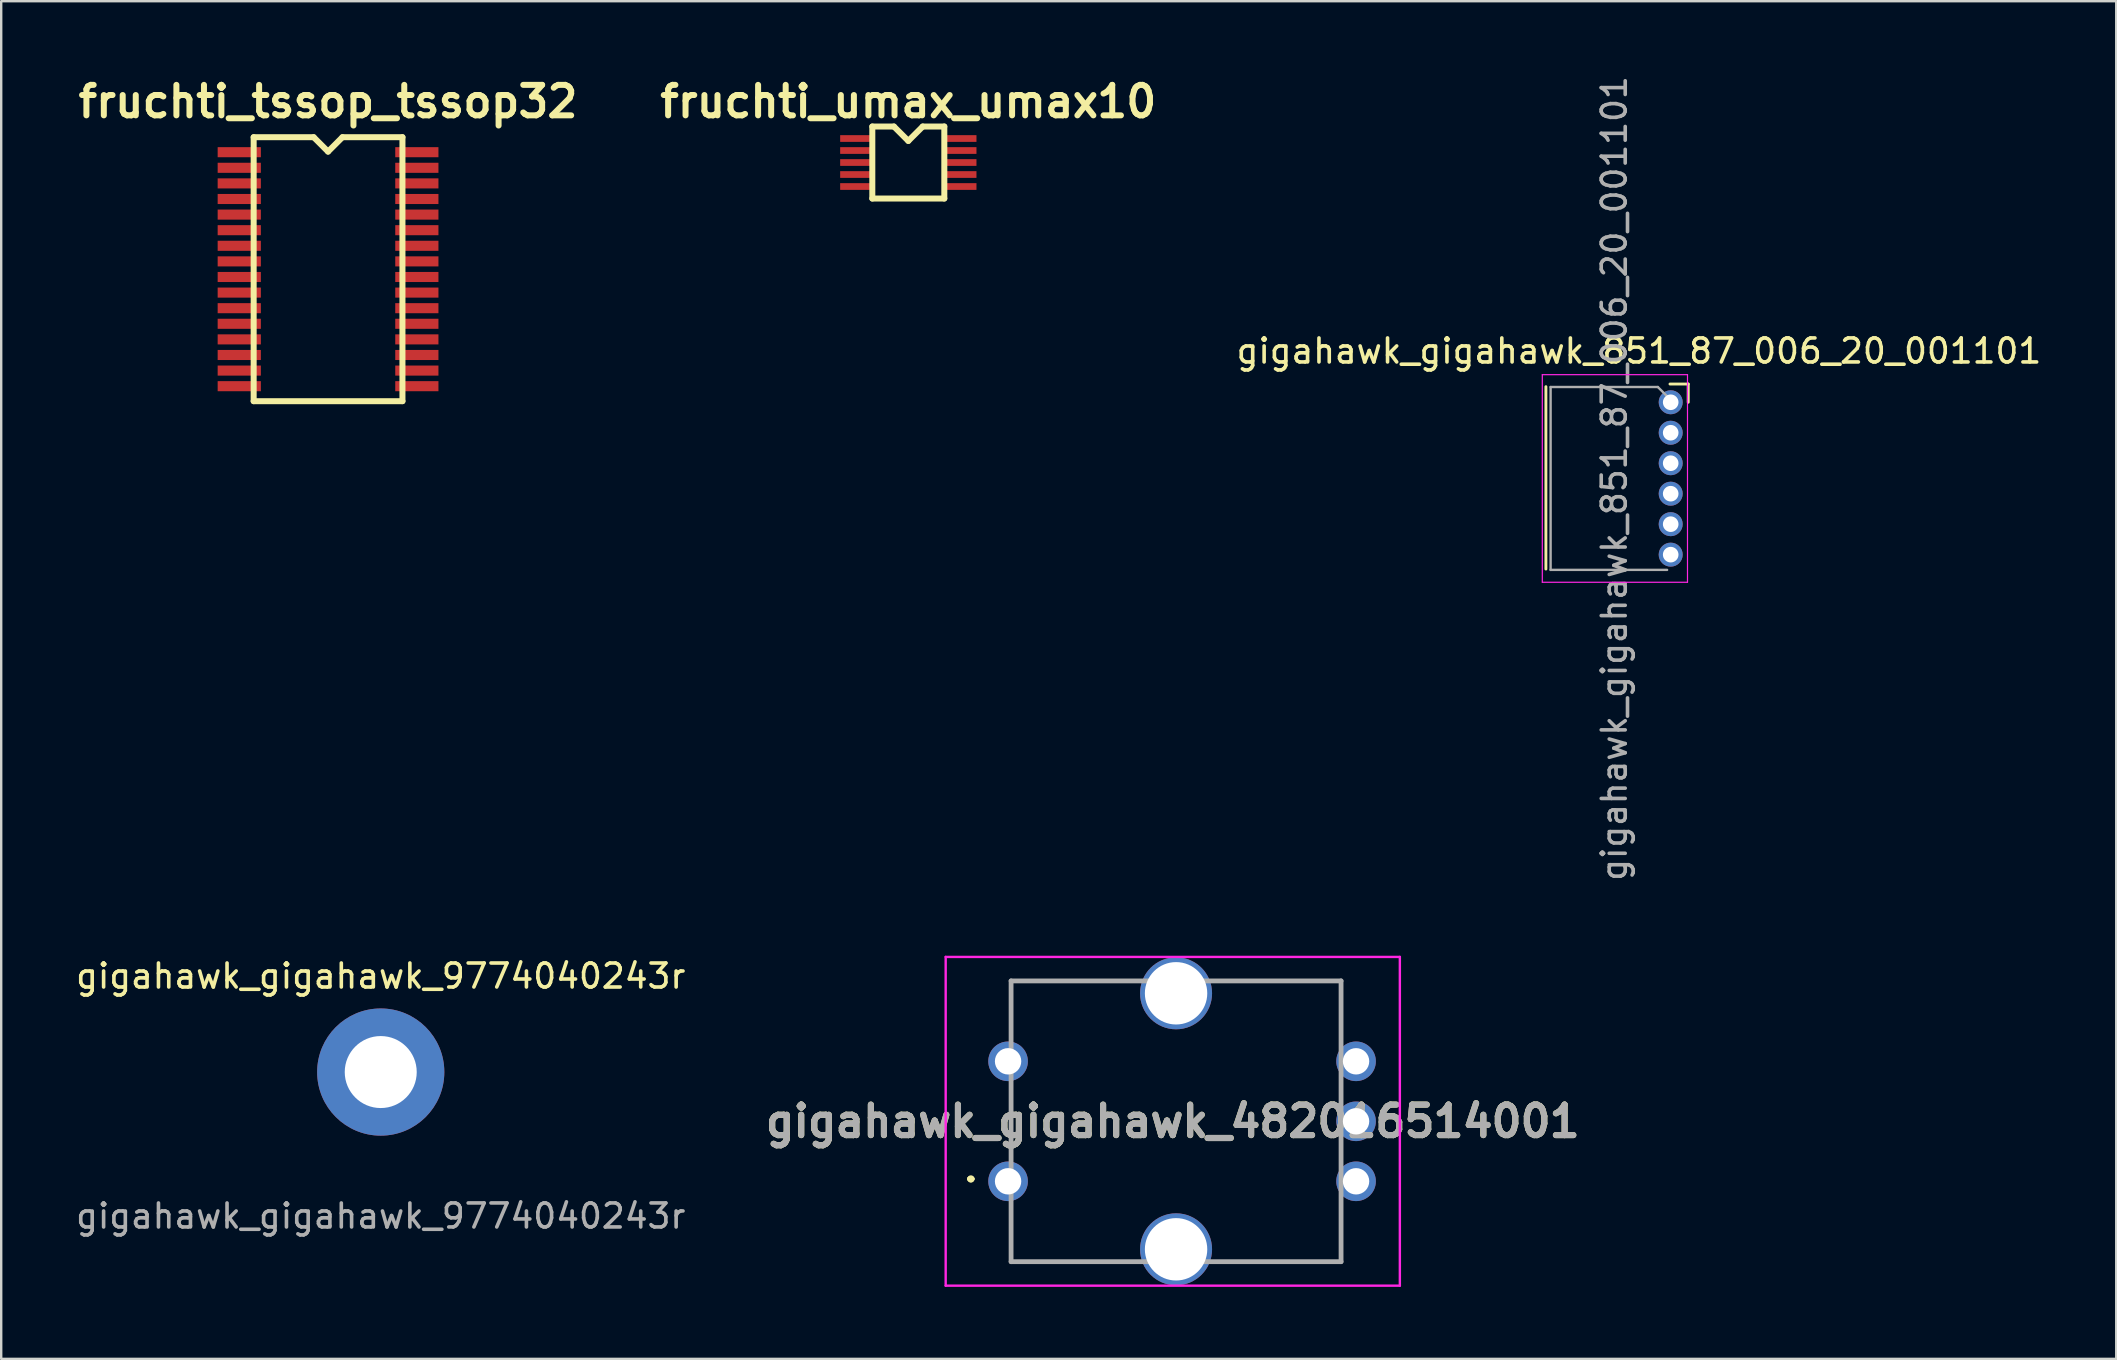
<source format=kicad_pcb>
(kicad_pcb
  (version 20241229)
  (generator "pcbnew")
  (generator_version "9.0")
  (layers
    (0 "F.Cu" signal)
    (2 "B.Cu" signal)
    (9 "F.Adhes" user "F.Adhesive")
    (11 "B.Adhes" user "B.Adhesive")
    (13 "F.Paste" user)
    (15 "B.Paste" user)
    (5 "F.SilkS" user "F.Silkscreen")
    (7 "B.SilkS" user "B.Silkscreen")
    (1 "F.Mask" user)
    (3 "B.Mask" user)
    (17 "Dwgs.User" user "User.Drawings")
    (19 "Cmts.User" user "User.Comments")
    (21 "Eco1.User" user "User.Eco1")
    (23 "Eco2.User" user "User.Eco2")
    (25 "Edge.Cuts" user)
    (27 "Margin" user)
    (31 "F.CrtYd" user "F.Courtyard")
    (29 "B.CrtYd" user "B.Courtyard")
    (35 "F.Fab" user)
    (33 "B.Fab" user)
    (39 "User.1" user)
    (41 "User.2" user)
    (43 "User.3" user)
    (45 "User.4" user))
  (footprint "fruchti_tssop_tssop32"
    (layer "F.Cu")
    (at 10.62 8.167)
    (property "Reference" "fruchti_tssop_tssop32" (at 0 -6.985 0) (layer "F.SilkS") (effects (font (size 1.27 1.27) (thickness 0.25))))
    (attr through_hole)
    (fp_line (start -3.1 -5.5) (end -3.1 5.5) (stroke (width 0.25) (type solid)) (layer "F.SilkS"))
    (fp_line (start -3.1 5.5) (end 3.1 5.5) (stroke (width 0.25) (type solid)) (layer "F.SilkS"))
    (fp_line (start -0.6 -5.5) (end -3.1 -5.5) (stroke (width 0.25) (type solid)) (layer "F.SilkS"))
    (fp_line (start 0 -4.9) (end -0.6 -5.5) (stroke (width 0.25) (type solid)) (layer "F.SilkS"))
    (fp_line (start 0.6 -5.5) (end 0 -4.9) (stroke (width 0.25) (type solid)) (layer "F.SilkS"))
    (fp_line (start 3.1 -5.5) (end 0.6 -5.5) (stroke (width 0.25) (type solid)) (layer "F.SilkS"))
    (fp_line (start 3.1 5.5) (end 3.1 -5.5) (stroke (width 0.25) (type solid)) (layer "F.SilkS"))
    (pad "1" smd rect (at -3.7 -4.875) (size 1.8 0.42) (layers "F.Cu" "F.Mask" "F.Paste"))
    (pad "2" smd rect (at -3.7 -4.225) (size 1.8 0.42) (layers "F.Cu" "F.Mask" "F.Paste"))
    (pad "3" smd rect (at -3.7 -3.575) (size 1.8 0.42) (layers "F.Cu" "F.Mask" "F.Paste"))
    (pad "4" smd rect (at -3.7 -2.925) (size 1.8 0.42) (layers "F.Cu" "F.Mask" "F.Paste"))
    (pad "5" smd rect (at -3.7 -2.275) (size 1.8 0.42) (layers "F.Cu" "F.Mask" "F.Paste"))
    (pad "6" smd rect (at -3.7 -1.625) (size 1.8 0.42) (layers "F.Cu" "F.Mask" "F.Paste"))
    (pad "7" smd rect (at -3.7 -0.975) (size 1.8 0.42) (layers "F.Cu" "F.Mask" "F.Paste"))
    (pad "8" smd rect (at -3.7 -0.325) (size 1.8 0.42) (layers "F.Cu" "F.Mask" "F.Paste"))
    (pad "9" smd rect (at -3.7 0.325) (size 1.8 0.42) (layers "F.Cu" "F.Mask" "F.Paste"))
    (pad "10" smd rect (at -3.7 0.975) (size 1.8 0.42) (layers "F.Cu" "F.Mask" "F.Paste"))
    (pad "11" smd rect (at -3.7 1.625) (size 1.8 0.42) (layers "F.Cu" "F.Mask" "F.Paste"))
    (pad "12" smd rect (at -3.7 2.275) (size 1.8 0.42) (layers "F.Cu" "F.Mask" "F.Paste"))
    (pad "13" smd rect (at -3.7 2.925) (size 1.8 0.42) (layers "F.Cu" "F.Mask" "F.Paste"))
    (pad "14" smd rect (at -3.7 3.575) (size 1.8 0.42) (layers "F.Cu" "F.Mask" "F.Paste"))
    (pad "15" smd rect (at -3.7 4.225) (size 1.8 0.42) (layers "F.Cu" "F.Mask" "F.Paste"))
    (pad "16" smd rect (at -3.7 4.875) (size 1.8 0.42) (layers "F.Cu" "F.Mask" "F.Paste"))
    (pad "17" smd rect (at 3.7 4.875) (size 1.8 0.42) (layers "F.Cu" "F.Mask" "F.Paste"))
    (pad "18" smd rect (at 3.7 4.225) (size 1.8 0.42) (layers "F.Cu" "F.Mask" "F.Paste"))
    (pad "19" smd rect (at 3.7 3.575) (size 1.8 0.42) (layers "F.Cu" "F.Mask" "F.Paste"))
    (pad "20" smd rect (at 3.7 2.925) (size 1.8 0.42) (layers "F.Cu" "F.Mask" "F.Paste"))
    (pad "21" smd rect (at 3.7 2.275) (size 1.8 0.42) (layers "F.Cu" "F.Mask" "F.Paste"))
    (pad "22" smd rect (at 3.7 1.625) (size 1.8 0.42) (layers "F.Cu" "F.Mask" "F.Paste"))
    (pad "23" smd rect (at 3.7 0.975) (size 1.8 0.42) (layers "F.Cu" "F.Mask" "F.Paste"))
    (pad "24" smd rect (at 3.7 0.325) (size 1.8 0.42) (layers "F.Cu" "F.Mask" "F.Paste"))
    (pad "25" smd rect (at 3.7 -0.325) (size 1.8 0.42) (layers "F.Cu" "F.Mask" "F.Paste"))
    (pad "26" smd rect (at 3.7 -0.975) (size 1.8 0.42) (layers "F.Cu" "F.Mask" "F.Paste"))
    (pad "27" smd rect (at 3.7 -1.625) (size 1.8 0.42) (layers "F.Cu" "F.Mask" "F.Paste"))
    (pad "28" smd rect (at 3.7 -2.275) (size 1.8 0.42) (layers "F.Cu" "F.Mask" "F.Paste"))
    (pad "29" smd rect (at 3.7 -2.925) (size 1.8 0.42) (layers "F.Cu" "F.Mask" "F.Paste"))
    (pad "30" smd rect (at 3.7 -3.575) (size 1.8 0.42) (layers "F.Cu" "F.Mask" "F.Paste"))
    (pad "31" smd rect (at 3.7 -4.225) (size 1.8 0.42) (layers "F.Cu" "F.Mask" "F.Paste"))
    (pad "32" smd rect (at 3.7 -4.875) (size 1.8 0.42) (layers "F.Cu" "F.Mask" "F.Paste")))
  (footprint "gigahawk_gigahawk_482016514001"
    (layer "F.Cu")
    (at 45.956 43.674)
    (property "Reference" "gigahawk_gigahawk_482016514001" (at -0.138 0 0) (layer "F.SilkS") (effects (font (size 1.27 1.27) (thickness 0.254))))
    (attr through_hole)
    (fp_line (start -8.6 2.4) (end -8.6 2.4) (stroke (width 0.2) (type solid)) (layer "F.SilkS"))
    (fp_line (start -8.6 2.4) (end -8.6 2.4) (stroke (width 0.2) (type solid)) (layer "F.SilkS"))
    (fp_line (start -8.5 2.4) (end -8.5 2.4) (stroke (width 0.2) (type solid)) (layer "F.SilkS"))
    (fp_line (start -6.875 -5.85) (end -6.875 -5.85) (stroke (width 0.1) (type solid)) (layer "F.SilkS"))
    (fp_line (start -6.875 -5.85) (end -6.875 -5.85) (stroke (width 0.1) (type solid)) (layer "F.SilkS"))
    (fp_line (start -6.875 -5.85) (end -6.875 -4) (stroke (width 0.1) (type solid)) (layer "F.SilkS"))
    (fp_line (start -6.875 -5.85) (end 6.875 -5.85) (stroke (width 0.1) (type solid)) (layer "F.SilkS"))
    (fp_line (start -6.875 -4) (end -6.875 -5.85) (stroke (width 0.1) (type solid)) (layer "F.SilkS"))
    (fp_line (start -6.875 -4) (end -6.875 -4) (stroke (width 0.1) (type solid)) (layer "F.SilkS"))
    (fp_line (start -6.875 -1) (end -6.875 -1) (stroke (width 0.1) (type solid)) (layer "F.SilkS"))
    (fp_line (start -6.875 -1) (end -6.875 1) (stroke (width 0.1) (type solid)) (layer "F.SilkS"))
    (fp_line (start -6.875 1) (end -6.875 -1) (stroke (width 0.1) (type solid)) (layer "F.SilkS"))
    (fp_line (start -6.875 1) (end -6.875 1) (stroke (width 0.1) (type solid)) (layer "F.SilkS"))
    (fp_line (start -6.875 4) (end -6.875 4) (stroke (width 0.1) (type solid)) (layer "F.SilkS"))
    (fp_line (start -6.875 4) (end -6.875 5.85) (stroke (width 0.1) (type solid)) (layer "F.SilkS"))
    (fp_line (start -6.875 5.85) (end -6.875 4) (stroke (width 0.1) (type solid)) (layer "F.SilkS"))
    (fp_line (start -6.875 5.85) (end -6.875 5.85) (stroke (width 0.1) (type solid)) (layer "F.SilkS"))
    (fp_line (start -6.875 5.85) (end -6.875 5.85) (stroke (width 0.1) (type solid)) (layer "F.SilkS"))
    (fp_line (start -6.875 5.85) (end 6.875 5.85) (stroke (width 0.1) (type solid)) (layer "F.SilkS"))
    (fp_line (start 6.875 -5.85) (end -6.875 -5.85) (stroke (width 0.1) (type solid)) (layer "F.SilkS"))
    (fp_line (start 6.875 -5.85) (end 6.875 -5.85) (stroke (width 0.1) (type solid)) (layer "F.SilkS"))
    (fp_line (start 6.875 -5.85) (end 6.875 -5.85) (stroke (width 0.1) (type solid)) (layer "F.SilkS"))
    (fp_line (start 6.875 -5.85) (end 6.875 -3.75) (stroke (width 0.1) (type solid)) (layer "F.SilkS"))
    (fp_line (start 6.875 -3.75) (end 6.875 -5.85) (stroke (width 0.1) (type solid)) (layer "F.SilkS"))
    (fp_line (start 6.875 -3.75) (end 6.875 -3.75) (stroke (width 0.1) (type solid)) (layer "F.SilkS"))
    (fp_line (start 6.875 3.75) (end 6.875 3.75) (stroke (width 0.1) (type solid)) (layer "F.SilkS"))
    (fp_line (start 6.875 3.75) (end 6.875 5.85) (stroke (width 0.1) (type solid)) (layer "F.SilkS"))
    (fp_line (start 6.875 5.85) (end -6.875 5.85) (stroke (width 0.1) (type solid)) (layer "F.SilkS"))
    (fp_line (start 6.875 5.85) (end 6.875 3.75) (stroke (width 0.1) (type solid)) (layer "F.SilkS"))
    (fp_line (start 6.875 5.85) (end 6.875 5.85) (stroke (width 0.1) (type solid)) (layer "F.SilkS"))
    (fp_line (start 6.875 5.85) (end 6.875 5.85) (stroke (width 0.1) (type solid)) (layer "F.SilkS"))
    (fp_arc (start -8.6 2.4) (mid -8.55 2.35) (end -8.5 2.4) (stroke (width 0.2) (type solid)) (layer "F.SilkS"))
    (fp_arc (start -8.5 2.4) (mid -8.55 2.45) (end -8.6 2.4) (stroke (width 0.2) (type solid)) (layer "F.SilkS"))
    (fp_arc (start -8.5 2.4) (mid -8.55 2.45) (end -8.6 2.4) (stroke (width 0.2) (type solid)) (layer "F.SilkS"))
    (fp_line (start -9.6 -6.85) (end 9.325 -6.85) (stroke (width 0.1) (type solid)) (layer "F.CrtYd"))
    (fp_line (start -9.6 6.85) (end -9.6 -6.85) (stroke (width 0.1) (type solid)) (layer "F.CrtYd"))
    (fp_line (start 9.325 -6.85) (end 9.325 6.85) (stroke (width 0.1) (type solid)) (layer "F.CrtYd"))
    (fp_line (start 9.325 6.85) (end -9.6 6.85) (stroke (width 0.1) (type solid)) (layer "F.CrtYd"))
    (fp_line (start -6.875 -5.85) (end -6.875 5.85) (stroke (width 0.2) (type solid)) (layer "F.Fab"))
    (fp_line (start -6.875 5.85) (end 6.875 5.85) (stroke (width 0.2) (type solid)) (layer "F.Fab"))
    (fp_line (start 6.875 -5.85) (end -6.875 -5.85) (stroke (width 0.2) (type solid)) (layer "F.Fab"))
    (fp_line (start 6.875 5.85) (end 6.875 -5.85) (stroke (width 0.2) (type solid)) (layer "F.Fab"))
    (fp_text user "${REFERENCE}" (at -0.138 0 0) (layer "F.Fab") (effects (font (size 1.27 1.27) (thickness 0.254))))
    (pad "A" thru_hole circle (at 7.5 2.5) (size 1.65 1.65) (drill 1.1) (layers "*.Cu" "*.Mask"))
    (pad "B" thru_hole circle (at 7.5 -2.5) (size 1.65 1.65) (drill 1.1) (layers "*.Cu" "*.Mask"))
    (pad "C" thru_hole circle (at 7.5 0) (size 1.65 1.65) (drill 1.1) (layers "*.Cu" "*.Mask"))
    (pad "MP1" thru_hole circle (at 0 5.334 90) (size 3 3) (drill 2.6) (layers "*.Cu" "*.Mask"))
    (pad "MP2" thru_hole circle (at 0 -5.334 90) (size 3 3) (drill 2.6) (layers "*.Cu" "*.Mask"))
    (pad "S1" thru_hole circle (at -7 2.5) (size 1.65 1.65) (drill 1.1) (layers "*.Cu" "*.Mask"))
    (pad "S2" thru_hole circle (at -7 -2.5) (size 1.65 1.65) (drill 1.1) (layers "*.Cu" "*.Mask")))
  (footprint "fruchti_umax_umax10"
    (layer "F.Cu")
    (at 34.799 3.722)
    (property "Reference" "fruchti_umax_umax10" (at 0 -2.54 0) (layer "F.SilkS") (effects (font (size 1.27 1.27) (thickness 0.25))))
    (attr through_hole)
    (fp_line (start -1.5 -1.5) (end -1.5 1.5) (stroke (width 0.25) (type solid)) (layer "F.SilkS"))
    (fp_line (start -1.5 1.5) (end 1.5 1.5) (stroke (width 0.25) (type solid)) (layer "F.SilkS"))
    (fp_line (start -0.6 -1.5) (end -1.5 -1.5) (stroke (width 0.25) (type solid)) (layer "F.SilkS"))
    (fp_line (start 0 -0.9) (end -0.6 -1.5) (stroke (width 0.25) (type solid)) (layer "F.SilkS"))
    (fp_line (start 0.6 -1.5) (end 0 -0.9) (stroke (width 0.25) (type solid)) (layer "F.SilkS"))
    (fp_line (start 1.5 -1.5) (end 0.6 -1.5) (stroke (width 0.25) (type solid)) (layer "F.SilkS"))
    (fp_line (start 1.5 1.5) (end 1.5 -1.5) (stroke (width 0.25) (type solid)) (layer "F.SilkS"))
    (pad "1" smd rect (at -2.14 -1) (size 1.4 0.28) (layers "F.Cu" "F.Mask" "F.Paste"))
    (pad "2" smd rect (at -2.14 -0.5) (size 1.4 0.28) (layers "F.Cu" "F.Mask" "F.Paste"))
    (pad "3" smd rect (at -2.14 0) (size 1.4 0.28) (layers "F.Cu" "F.Mask" "F.Paste"))
    (pad "4" smd rect (at -2.14 0.5) (size 1.4 0.28) (layers "F.Cu" "F.Mask" "F.Paste"))
    (pad "5" smd rect (at -2.14 1) (size 1.4 0.28) (layers "F.Cu" "F.Mask" "F.Paste"))
    (pad "6" smd rect (at 2.14 1) (size 1.4 0.28) (layers "F.Cu" "F.Mask" "F.Paste"))
    (pad "7" smd rect (at 2.14 0.5) (size 1.4 0.28) (layers "F.Cu" "F.Mask" "F.Paste"))
    (pad "8" smd rect (at 2.14 0) (size 1.4 0.28) (layers "F.Cu" "F.Mask" "F.Paste"))
    (pad "9" smd rect (at 2.14 -0.5) (size 1.4 0.28) (layers "F.Cu" "F.Mask" "F.Paste"))
    (pad "10" smd rect (at 2.14 -1) (size 1.4 0.28) (layers "F.Cu" "F.Mask" "F.Paste")))
  (footprint "gigahawk_gigahawk_9774040243r"
    (layer "F.Cu")
    (at 12.815 41.622)
    (property "Reference" "gigahawk_gigahawk_9774040243r" (at 0 -4 0) (unlocked yes) (layer "F.SilkS") (effects (font (size 1 1) (thickness 0.15))))
    (attr smd)
    (fp_text user "${REFERENCE}" (at 0 6 0) (unlocked yes) (layer "F.Fab") (effects (font (size 1 1) (thickness 0.15))))
    (pad "1" thru_hole circle (at 0 0) (size 5.3 5.3) (drill 3) (layers "*.Cu" "*.Mask")))
  (footprint "gigahawk_gigahawk_851_87_006_20_001101"
    (layer "F.Cu")
    (at 66.567 13.712)
    (property "Reference" "gigahawk_gigahawk_851_87_006_20_001101" (at -1.323 -2.135 0) (layer "F.SilkS") (effects (font (size 1 1) (thickness 0.15))))
    (attr through_hole)
    (fp_line (start -5.2 -0.65) (end -5.2 6.95) (stroke (width 0.12) (type solid)) (layer "F.SilkS"))
    (fp_line (start -0.03 -0.76) (end 0.73 -0.76) (stroke (width 0.12) (type solid)) (layer "F.SilkS"))
    (fp_line (start 0.73 -0.76) (end 0.73 0) (stroke (width 0.12) (type solid)) (layer "F.SilkS"))
    (fp_line (start -5.35 -1.15) (end -5.35 7.5) (stroke (width 0.05) (type solid)) (layer "F.CrtYd"))
    (fp_line (start -5.35 7.5) (end 0.7 7.5) (stroke (width 0.05) (type solid)) (layer "F.CrtYd"))
    (fp_line (start 0.7 -1.15) (end -5.35 -1.15) (stroke (width 0.05) (type solid)) (layer "F.CrtYd"))
    (fp_line (start 0.7 7.5) (end 0.7 -1.15) (stroke (width 0.05) (type solid)) (layer "F.CrtYd"))
    (fp_line (start -5.004 -0.635) (end -0.535 -0.635) (stroke (width 0.1) (type solid)) (layer "F.Fab"))
    (fp_line (start -5.004 6.985) (end -5.004 -0.635) (stroke (width 0.1) (type solid)) (layer "F.Fab"))
    (fp_line (start -0.535 -0.635) (end -0.15 -0.25) (stroke (width 0.1) (type solid)) (layer "F.Fab"))
    (fp_line (start -0.15 6.985) (end -5.004 6.985) (stroke (width 0.1) (type solid)) (layer "F.Fab"))
    (fp_text user "${REFERENCE}" (at -2.35 3.175 90) (layer "F.Fab") (effects (font (size 1 1) (thickness 0.15))))
    (pad "1" thru_hole oval (at 0 0) (size 1 1) (drill 0.65) (layers "*.Cu" "*.Mask"))
    (pad "2" thru_hole oval (at 0 1.27) (size 1 1) (drill 0.65) (layers "*.Cu" "*.Mask"))
    (pad "3" thru_hole oval (at 0 2.54) (size 1 1) (drill 0.65) (layers "*.Cu" "*.Mask"))
    (pad "4" thru_hole oval (at 0 3.81) (size 1 1) (drill 0.65) (layers "*.Cu" "*.Mask"))
    (pad "5" thru_hole oval (at 0 5.08) (size 1 1) (drill 0.65) (layers "*.Cu" "*.Mask"))
    (pad "6" thru_hole oval (at 0 6.35) (size 1 1) (drill 0.65) (layers "*.Cu" "*.Mask")))
  (gr_rect
    (start -3 -3)
    (end 85.132 53.574)
    (stroke (width 0.1) (type default))
    (fill no)
    (layer "Edge.Cuts")))
</source>
